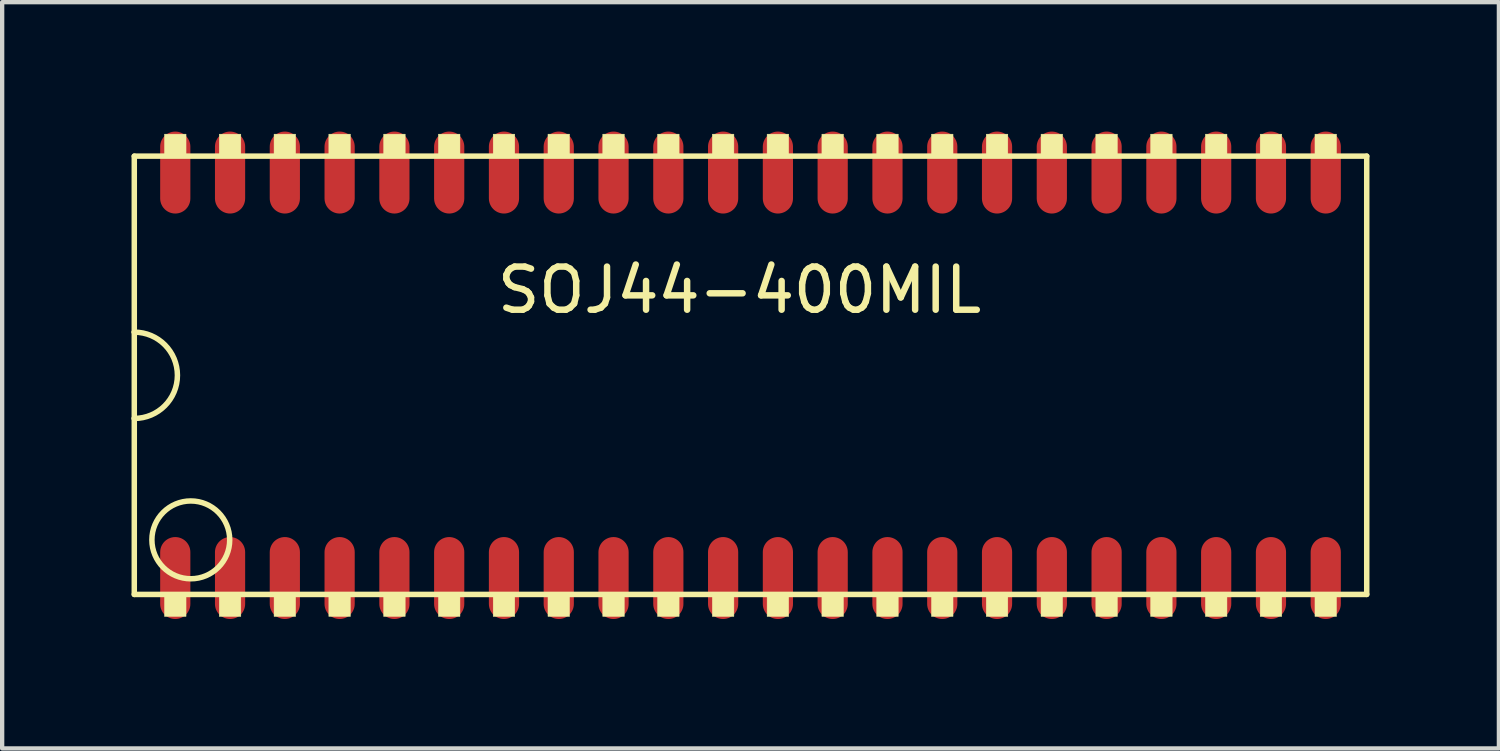
<source format=kicad_pcb>
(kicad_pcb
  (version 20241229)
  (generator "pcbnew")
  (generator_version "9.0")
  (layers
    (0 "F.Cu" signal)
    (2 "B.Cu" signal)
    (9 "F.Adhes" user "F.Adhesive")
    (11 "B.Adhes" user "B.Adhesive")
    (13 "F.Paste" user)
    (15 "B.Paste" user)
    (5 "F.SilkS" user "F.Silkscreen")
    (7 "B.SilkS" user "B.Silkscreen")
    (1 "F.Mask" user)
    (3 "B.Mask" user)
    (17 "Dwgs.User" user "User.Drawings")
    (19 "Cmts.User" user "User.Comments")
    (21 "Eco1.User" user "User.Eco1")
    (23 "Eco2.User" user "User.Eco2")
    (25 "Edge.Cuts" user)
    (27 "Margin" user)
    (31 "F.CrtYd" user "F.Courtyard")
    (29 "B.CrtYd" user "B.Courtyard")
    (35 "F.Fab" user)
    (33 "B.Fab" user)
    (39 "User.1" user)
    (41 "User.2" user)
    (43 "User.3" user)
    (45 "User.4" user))
  (footprint "SOJ44-400MIL"
    (layer "F.Cu")
    (at 14.348 5.65)
    (property "Reference" "SOJ44-400MIL" (at -0.255 -1.975 0) (layer "F.SilkS") (effects (font (size 1 1) (thickness 0.15))))
    (attr through_hole)
    (fp_line (start -14.285 -5.08) (end 14.285 -5.08) (stroke (width 0.127) (type solid)) (layer "F.SilkS"))
    (fp_line (start -14.285 -1) (end -14.285 -5.08) (stroke (width 0.127) (type solid)) (layer "F.SilkS"))
    (fp_line (start -14.285 1) (end -14.285 -1) (stroke (width 0.127) (type solid)) (layer "F.SilkS"))
    (fp_line (start -14.285 5.08) (end -14.285 1) (stroke (width 0.127) (type solid)) (layer "F.SilkS"))
    (fp_line (start 14.285 -5.08) (end 14.285 5.08) (stroke (width 0.127) (type solid)) (layer "F.SilkS"))
    (fp_line (start 14.285 5.08) (end -14.285 5.08) (stroke (width 0.127) (type solid)) (layer "F.SilkS"))
    (fp_arc (start -14.285 -1) (mid -13.285 0) (end -14.285 1) (stroke (width 0.127) (type solid)) (layer "F.SilkS"))
    (fp_circle (center -12.975 3.815) (end -12.073 3.815) (stroke (width 0.127) (type solid)) (fill no) (layer "F.SilkS"))
    (fp_poly (pts (xy -13.585 -5.59) (xy -13.085 -5.59) (xy -13.085 -5.08) (xy -13.585 -5.08)) (stroke (width 0.01) (type solid)) (fill yes) (layer "F.SilkS"))
    (fp_poly (pts (xy -13.585 5.08) (xy -13.085 5.08) (xy -13.085 5.59) (xy -13.585 5.59)) (stroke (width 0.01) (type solid)) (fill yes) (layer "F.SilkS"))
    (fp_poly (pts (xy -12.315 -5.59) (xy -11.815 -5.59) (xy -11.815 -5.08) (xy -12.315 -5.08)) (stroke (width 0.01) (type solid)) (fill yes) (layer "F.SilkS"))
    (fp_poly (pts (xy -12.315 5.08) (xy -11.815 5.08) (xy -11.815 5.59) (xy -12.315 5.59)) (stroke (width 0.01) (type solid)) (fill yes) (layer "F.SilkS"))
    (fp_poly (pts (xy -11.045 -5.59) (xy -10.545 -5.59) (xy -10.545 -5.08) (xy -11.045 -5.08)) (stroke (width 0.01) (type solid)) (fill yes) (layer "F.SilkS"))
    (fp_poly (pts (xy -11.045 5.08) (xy -10.545 5.08) (xy -10.545 5.59) (xy -11.045 5.59)) (stroke (width 0.01) (type solid)) (fill yes) (layer "F.SilkS"))
    (fp_poly (pts (xy -9.775 -5.59) (xy -9.275 -5.59) (xy -9.275 -5.08) (xy -9.775 -5.08)) (stroke (width 0.01) (type solid)) (fill yes) (layer "F.SilkS"))
    (fp_poly (pts (xy -9.775 5.08) (xy -9.275 5.08) (xy -9.275 5.59) (xy -9.775 5.59)) (stroke (width 0.01) (type solid)) (fill yes) (layer "F.SilkS"))
    (fp_poly (pts (xy -8.505 -5.59) (xy -8.005 -5.59) (xy -8.005 -5.08) (xy -8.505 -5.08)) (stroke (width 0.01) (type solid)) (fill yes) (layer "F.SilkS"))
    (fp_poly (pts (xy -8.505 5.08) (xy -8.005 5.08) (xy -8.005 5.59) (xy -8.505 5.59)) (stroke (width 0.01) (type solid)) (fill yes) (layer "F.SilkS"))
    (fp_poly (pts (xy -7.235 -5.59) (xy -6.735 -5.59) (xy -6.735 -5.08) (xy -7.235 -5.08)) (stroke (width 0.01) (type solid)) (fill yes) (layer "F.SilkS"))
    (fp_poly (pts (xy -7.235 5.08) (xy -6.735 5.08) (xy -6.735 5.59) (xy -7.235 5.59)) (stroke (width 0.01) (type solid)) (fill yes) (layer "F.SilkS"))
    (fp_poly (pts (xy -5.965 -5.59) (xy -5.465 -5.59) (xy -5.465 -5.08) (xy -5.965 -5.08)) (stroke (width 0.01) (type solid)) (fill yes) (layer "F.SilkS"))
    (fp_poly (pts (xy -5.965 5.08) (xy -5.465 5.08) (xy -5.465 5.59) (xy -5.965 5.59)) (stroke (width 0.01) (type solid)) (fill yes) (layer "F.SilkS"))
    (fp_poly (pts (xy -4.695 -5.59) (xy -4.195 -5.59) (xy -4.195 -5.08) (xy -4.695 -5.08)) (stroke (width 0.01) (type solid)) (fill yes) (layer "F.SilkS"))
    (fp_poly (pts (xy -4.695 5.08) (xy -4.195 5.08) (xy -4.195 5.59) (xy -4.695 5.59)) (stroke (width 0.01) (type solid)) (fill yes) (layer "F.SilkS"))
    (fp_poly (pts (xy -3.425 -5.59) (xy -2.925 -5.59) (xy -2.925 -5.08) (xy -3.425 -5.08)) (stroke (width 0.01) (type solid)) (fill yes) (layer "F.SilkS"))
    (fp_poly (pts (xy -3.425 5.08) (xy -2.925 5.08) (xy -2.925 5.59) (xy -3.425 5.59)) (stroke (width 0.01) (type solid)) (fill yes) (layer "F.SilkS"))
    (fp_poly (pts (xy -2.155 -5.59) (xy -1.655 -5.59) (xy -1.655 -5.08) (xy -2.155 -5.08)) (stroke (width 0.01) (type solid)) (fill yes) (layer "F.SilkS"))
    (fp_poly (pts (xy -2.155 5.08) (xy -1.655 5.08) (xy -1.655 5.59) (xy -2.155 5.59)) (stroke (width 0.01) (type solid)) (fill yes) (layer "F.SilkS"))
    (fp_poly (pts (xy -0.885 -5.59) (xy -0.385 -5.59) (xy -0.385 -5.08) (xy -0.885 -5.08)) (stroke (width 0.01) (type solid)) (fill yes) (layer "F.SilkS"))
    (fp_poly (pts (xy -0.885 5.08) (xy -0.385 5.08) (xy -0.385 5.59) (xy -0.885 5.59)) (stroke (width 0.01) (type solid)) (fill yes) (layer "F.SilkS"))
    (fp_poly (pts (xy 0.385 -5.59) (xy 0.885 -5.59) (xy 0.885 -5.08) (xy 0.385 -5.08)) (stroke (width 0.01) (type solid)) (fill yes) (layer "F.SilkS"))
    (fp_poly (pts (xy 0.385 5.08) (xy 0.885 5.08) (xy 0.885 5.59) (xy 0.385 5.59)) (stroke (width 0.01) (type solid)) (fill yes) (layer "F.SilkS"))
    (fp_poly (pts (xy 1.655 -5.59) (xy 2.155 -5.59) (xy 2.155 -5.08) (xy 1.655 -5.08)) (stroke (width 0.01) (type solid)) (fill yes) (layer "F.SilkS"))
    (fp_poly (pts (xy 1.655 5.08) (xy 2.155 5.08) (xy 2.155 5.59) (xy 1.655 5.59)) (stroke (width 0.01) (type solid)) (fill yes) (layer "F.SilkS"))
    (fp_poly (pts (xy 2.925 -5.59) (xy 3.425 -5.59) (xy 3.425 -5.08) (xy 2.925 -5.08)) (stroke (width 0.01) (type solid)) (fill yes) (layer "F.SilkS"))
    (fp_poly (pts (xy 2.925 5.08) (xy 3.425 5.08) (xy 3.425 5.59) (xy 2.925 5.59)) (stroke (width 0.01) (type solid)) (fill yes) (layer "F.SilkS"))
    (fp_poly (pts (xy 4.195 -5.59) (xy 4.695 -5.59) (xy 4.695 -5.08) (xy 4.195 -5.08)) (stroke (width 0.01) (type solid)) (fill yes) (layer "F.SilkS"))
    (fp_poly (pts (xy 4.195 5.08) (xy 4.695 5.08) (xy 4.695 5.59) (xy 4.195 5.59)) (stroke (width 0.01) (type solid)) (fill yes) (layer "F.SilkS"))
    (fp_poly (pts (xy 5.465 -5.59) (xy 5.965 -5.59) (xy 5.965 -5.08) (xy 5.465 -5.08)) (stroke (width 0.01) (type solid)) (fill yes) (layer "F.SilkS"))
    (fp_poly (pts (xy 5.465 5.08) (xy 5.965 5.08) (xy 5.965 5.59) (xy 5.465 5.59)) (stroke (width 0.01) (type solid)) (fill yes) (layer "F.SilkS"))
    (fp_poly (pts (xy 6.735 -5.59) (xy 7.235 -5.59) (xy 7.235 -5.08) (xy 6.735 -5.08)) (stroke (width 0.01) (type solid)) (fill yes) (layer "F.SilkS"))
    (fp_poly (pts (xy 6.735 5.08) (xy 7.235 5.08) (xy 7.235 5.59) (xy 6.735 5.59)) (stroke (width 0.01) (type solid)) (fill yes) (layer "F.SilkS"))
    (fp_poly (pts (xy 8.005 -5.59) (xy 8.505 -5.59) (xy 8.505 -5.08) (xy 8.005 -5.08)) (stroke (width 0.01) (type solid)) (fill yes) (layer "F.SilkS"))
    (fp_poly (pts (xy 8.005 5.08) (xy 8.505 5.08) (xy 8.505 5.59) (xy 8.005 5.59)) (stroke (width 0.01) (type solid)) (fill yes) (layer "F.SilkS"))
    (fp_poly (pts (xy 9.275 -5.59) (xy 9.775 -5.59) (xy 9.775 -5.08) (xy 9.275 -5.08)) (stroke (width 0.01) (type solid)) (fill yes) (layer "F.SilkS"))
    (fp_poly (pts (xy 9.275 5.08) (xy 9.775 5.08) (xy 9.775 5.59) (xy 9.275 5.59)) (stroke (width 0.01) (type solid)) (fill yes) (layer "F.SilkS"))
    (fp_poly (pts (xy 10.545 -5.59) (xy 11.045 -5.59) (xy 11.045 -5.08) (xy 10.545 -5.08)) (stroke (width 0.01) (type solid)) (fill yes) (layer "F.SilkS"))
    (fp_poly (pts (xy 10.545 5.08) (xy 11.045 5.08) (xy 11.045 5.59) (xy 10.545 5.59)) (stroke (width 0.01) (type solid)) (fill yes) (layer "F.SilkS"))
    (fp_poly (pts (xy 11.815 -5.59) (xy 12.315 -5.59) (xy 12.315 -5.08) (xy 11.815 -5.08)) (stroke (width 0.01) (type solid)) (fill yes) (layer "F.SilkS"))
    (fp_poly (pts (xy 11.815 5.08) (xy 12.315 5.08) (xy 12.315 5.59) (xy 11.815 5.59)) (stroke (width 0.01) (type solid)) (fill yes) (layer "F.SilkS"))
    (fp_poly (pts (xy 13.085 -5.59) (xy 13.585 -5.59) (xy 13.585 -5.08) (xy 13.085 -5.08)) (stroke (width 0.01) (type solid)) (fill yes) (layer "F.SilkS"))
    (fp_poly (pts (xy 13.085 5.08) (xy 13.585 5.08) (xy 13.585 5.59) (xy 13.085 5.59)) (stroke (width 0.01) (type solid)) (fill yes) (layer "F.SilkS"))
    (pad "1" smd oval (at -13.335 4.7) (size 0.7 1.9) (layers "F.Cu" "F.Mask" "F.Paste"))
    (pad "2" smd oval (at -12.065 4.7) (size 0.7 1.9) (layers "F.Cu" "F.Mask" "F.Paste"))
    (pad "3" smd oval (at -10.795 4.7) (size 0.7 1.9) (layers "F.Cu" "F.Mask" "F.Paste"))
    (pad "4" smd oval (at -9.525 4.7) (size 0.7 1.9) (layers "F.Cu" "F.Mask" "F.Paste"))
    (pad "5" smd oval (at -8.255 4.7) (size 0.7 1.9) (layers "F.Cu" "F.Mask" "F.Paste"))
    (pad "6" smd oval (at -6.985 4.7) (size 0.7 1.9) (layers "F.Cu" "F.Mask" "F.Paste"))
    (pad "7" smd oval (at -5.715 4.7) (size 0.7 1.9) (layers "F.Cu" "F.Mask" "F.Paste"))
    (pad "8" smd oval (at -4.445 4.7) (size 0.7 1.9) (layers "F.Cu" "F.Mask" "F.Paste"))
    (pad "9" smd oval (at -3.175 4.7) (size 0.7 1.9) (layers "F.Cu" "F.Mask" "F.Paste"))
    (pad "10" smd oval (at -1.905 4.7) (size 0.7 1.9) (layers "F.Cu" "F.Mask" "F.Paste"))
    (pad "11" smd oval (at -0.635 4.7) (size 0.7 1.9) (layers "F.Cu" "F.Mask" "F.Paste"))
    (pad "12" smd oval (at 0.635 4.7) (size 0.7 1.9) (layers "F.Cu" "F.Mask" "F.Paste"))
    (pad "13" smd oval (at 1.905 4.7) (size 0.7 1.9) (layers "F.Cu" "F.Mask" "F.Paste"))
    (pad "14" smd oval (at 3.175 4.7) (size 0.7 1.9) (layers "F.Cu" "F.Mask" "F.Paste"))
    (pad "15" smd oval (at 4.445 4.7) (size 0.7 1.9) (layers "F.Cu" "F.Mask" "F.Paste"))
    (pad "16" smd oval (at 5.715 4.7) (size 0.7 1.9) (layers "F.Cu" "F.Mask" "F.Paste"))
    (pad "17" smd oval (at 6.985 4.7) (size 0.7 1.9) (layers "F.Cu" "F.Mask" "F.Paste"))
    (pad "18" smd oval (at 8.255 4.7) (size 0.7 1.9) (layers "F.Cu" "F.Mask" "F.Paste"))
    (pad "19" smd oval (at 9.525 4.7) (size 0.7 1.9) (layers "F.Cu" "F.Mask" "F.Paste"))
    (pad "20" smd oval (at 10.795 4.7) (size 0.7 1.9) (layers "F.Cu" "F.Mask" "F.Paste"))
    (pad "21" smd oval (at 12.065 4.7) (size 0.7 1.9) (layers "F.Cu" "F.Mask" "F.Paste"))
    (pad "22" smd oval (at 13.335 4.7) (size 0.7 1.9) (layers "F.Cu" "F.Mask" "F.Paste"))
    (pad "23" smd oval (at 13.335 -4.7 180) (size 0.7 1.9) (layers "F.Cu" "F.Mask" "F.Paste"))
    (pad "24" smd oval (at 12.065 -4.7 180) (size 0.7 1.9) (layers "F.Cu" "F.Mask" "F.Paste"))
    (pad "25" smd oval (at 10.795 -4.7 180) (size 0.7 1.9) (layers "F.Cu" "F.Mask" "F.Paste"))
    (pad "26" smd oval (at 9.525 -4.7 180) (size 0.7 1.9) (layers "F.Cu" "F.Mask" "F.Paste"))
    (pad "27" smd oval (at 8.255 -4.7 180) (size 0.7 1.9) (layers "F.Cu" "F.Mask" "F.Paste"))
    (pad "28" smd oval (at 6.985 -4.7 180) (size 0.7 1.9) (layers "F.Cu" "F.Mask" "F.Paste"))
    (pad "29" smd oval (at 5.715 -4.7 180) (size 0.7 1.9) (layers "F.Cu" "F.Mask" "F.Paste"))
    (pad "30" smd oval (at 4.445 -4.7 180) (size 0.7 1.9) (layers "F.Cu" "F.Mask" "F.Paste"))
    (pad "31" smd oval (at 3.175 -4.7 180) (size 0.7 1.9) (layers "F.Cu" "F.Mask" "F.Paste"))
    (pad "32" smd oval (at 1.905 -4.7 180) (size 0.7 1.9) (layers "F.Cu" "F.Mask" "F.Paste"))
    (pad "33" smd oval (at 0.635 -4.7 180) (size 0.7 1.9) (layers "F.Cu" "F.Mask" "F.Paste"))
    (pad "34" smd oval (at -0.635 -4.7 180) (size 0.7 1.9) (layers "F.Cu" "F.Mask" "F.Paste"))
    (pad "35" smd oval (at -1.905 -4.7 180) (size 0.7 1.9) (layers "F.Cu" "F.Mask" "F.Paste"))
    (pad "36" smd oval (at -3.175 -4.7 180) (size 0.7 1.9) (layers "F.Cu" "F.Mask" "F.Paste"))
    (pad "37" smd oval (at -4.445 -4.7 180) (size 0.7 1.9) (layers "F.Cu" "F.Mask" "F.Paste"))
    (pad "38" smd oval (at -5.715 -4.7 180) (size 0.7 1.9) (layers "F.Cu" "F.Mask" "F.Paste"))
    (pad "39" smd oval (at -6.985 -4.7 180) (size 0.7 1.9) (layers "F.Cu" "F.Mask" "F.Paste"))
    (pad "40" smd oval (at -8.255 -4.7 180) (size 0.7 1.9) (layers "F.Cu" "F.Mask" "F.Paste"))
    (pad "41" smd oval (at -9.525 -4.7 180) (size 0.7 1.9) (layers "F.Cu" "F.Mask" "F.Paste"))
    (pad "42" smd oval (at -10.795 -4.7 180) (size 0.7 1.9) (layers "F.Cu" "F.Mask" "F.Paste"))
    (pad "43" smd oval (at -12.065 -4.7 180) (size 0.7 1.9) (layers "F.Cu" "F.Mask" "F.Paste"))
    (pad "44" smd oval (at -13.335 -4.7 180) (size 0.7 1.9) (layers "F.Cu" "F.Mask" "F.Paste")))
  (gr_rect
    (start -3 -3)
    (end 31.697 14.3)
    (stroke (width 0.1) (type default))
    (fill no)
    (layer "Edge.Cuts")))
</source>
